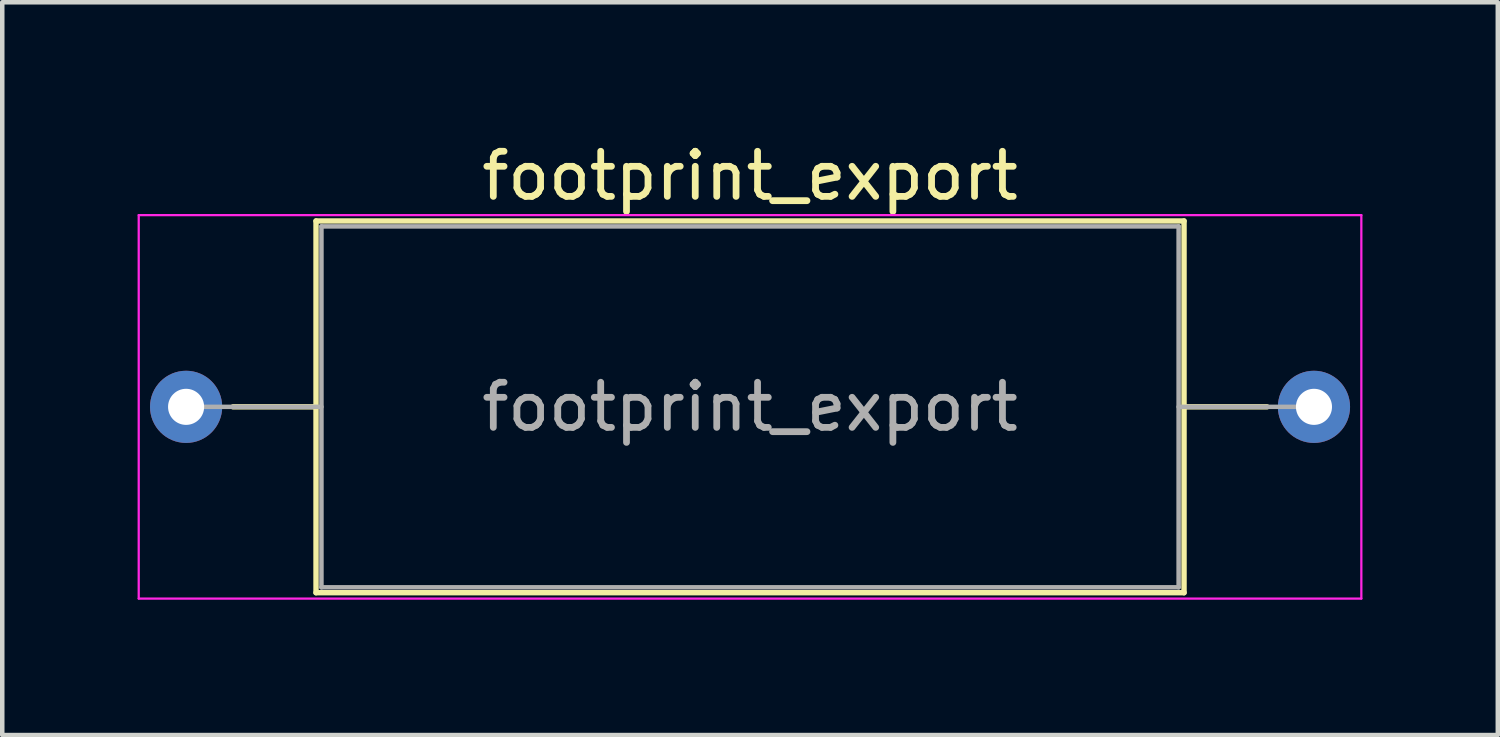
<source format=kicad_pcb>
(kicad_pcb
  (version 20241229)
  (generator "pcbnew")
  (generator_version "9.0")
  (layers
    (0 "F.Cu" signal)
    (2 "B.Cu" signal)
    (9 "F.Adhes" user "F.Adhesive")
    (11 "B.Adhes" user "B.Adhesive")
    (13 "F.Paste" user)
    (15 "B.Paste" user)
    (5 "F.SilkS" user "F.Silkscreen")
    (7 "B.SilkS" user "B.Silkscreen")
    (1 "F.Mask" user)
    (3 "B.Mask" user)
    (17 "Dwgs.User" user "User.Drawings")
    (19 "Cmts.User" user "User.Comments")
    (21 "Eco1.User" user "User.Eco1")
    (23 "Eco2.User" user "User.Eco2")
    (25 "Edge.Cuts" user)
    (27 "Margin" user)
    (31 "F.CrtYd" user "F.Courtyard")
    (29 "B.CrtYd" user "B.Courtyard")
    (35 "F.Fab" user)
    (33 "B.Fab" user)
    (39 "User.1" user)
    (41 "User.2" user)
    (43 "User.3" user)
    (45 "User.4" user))
  (footprint "footprint_export"
    (layer "F.Cu")
    (at 1.075 5.968)
    (property "Reference" "footprint_export" (at 12.5 -5.12 0) (layer "F.SilkS") (effects (font (size 1 1) (thickness 0.15))))
    (attr through_hole)
    (fp_line (start 1.04 0) (end 2.88 0) (stroke (width 0.12) (type solid)) (layer "F.SilkS"))
    (fp_line (start 2.88 -4.12) (end 2.88 4.12) (stroke (width 0.12) (type solid)) (layer "F.SilkS"))
    (fp_line (start 2.88 4.12) (end 22.12 4.12) (stroke (width 0.12) (type solid)) (layer "F.SilkS"))
    (fp_line (start 22.12 -4.12) (end 2.88 -4.12) (stroke (width 0.12) (type solid)) (layer "F.SilkS"))
    (fp_line (start 22.12 4.12) (end 22.12 -4.12) (stroke (width 0.12) (type solid)) (layer "F.SilkS"))
    (fp_line (start 23.96 0) (end 22.12 0) (stroke (width 0.12) (type solid)) (layer "F.SilkS"))
    (fp_line (start -1.05 -4.25) (end -1.05 4.25) (stroke (width 0.05) (type solid)) (layer "F.CrtYd"))
    (fp_line (start -1.05 4.25) (end 26.05 4.25) (stroke (width 0.05) (type solid)) (layer "F.CrtYd"))
    (fp_line (start 26.05 -4.25) (end -1.05 -4.25) (stroke (width 0.05) (type solid)) (layer "F.CrtYd"))
    (fp_line (start 26.05 4.25) (end 26.05 -4.25) (stroke (width 0.05) (type solid)) (layer "F.CrtYd"))
    (fp_line (start 0 0) (end 3 0) (stroke (width 0.1) (type solid)) (layer "F.Fab"))
    (fp_line (start 3 -4) (end 3 4) (stroke (width 0.1) (type solid)) (layer "F.Fab"))
    (fp_line (start 3 4) (end 22 4) (stroke (width 0.1) (type solid)) (layer "F.Fab"))
    (fp_line (start 22 -4) (end 3 -4) (stroke (width 0.1) (type solid)) (layer "F.Fab"))
    (fp_line (start 22 4) (end 22 -4) (stroke (width 0.1) (type solid)) (layer "F.Fab"))
    (fp_line (start 25 0) (end 22 0) (stroke (width 0.1) (type solid)) (layer "F.Fab"))
    (fp_text user "${REFERENCE}" (at 12.5 0 0) (layer "F.Fab") (effects (font (size 1 1) (thickness 0.15))))
    (pad "1" thru_hole circle (at 0 0) (size 1.6 1.6) (drill 0.8) (layers "*.Cu" "*.Mask"))
    (pad "2" thru_hole oval (at 25 0) (size 1.6 1.6) (drill 0.8) (layers "*.Cu" "*.Mask")))
  (gr_rect
    (start -3 -3)
    (end 30.15 13.243)
    (stroke (width 0.1) (type default))
    (fill no)
    (layer "Edge.Cuts")))
</source>
